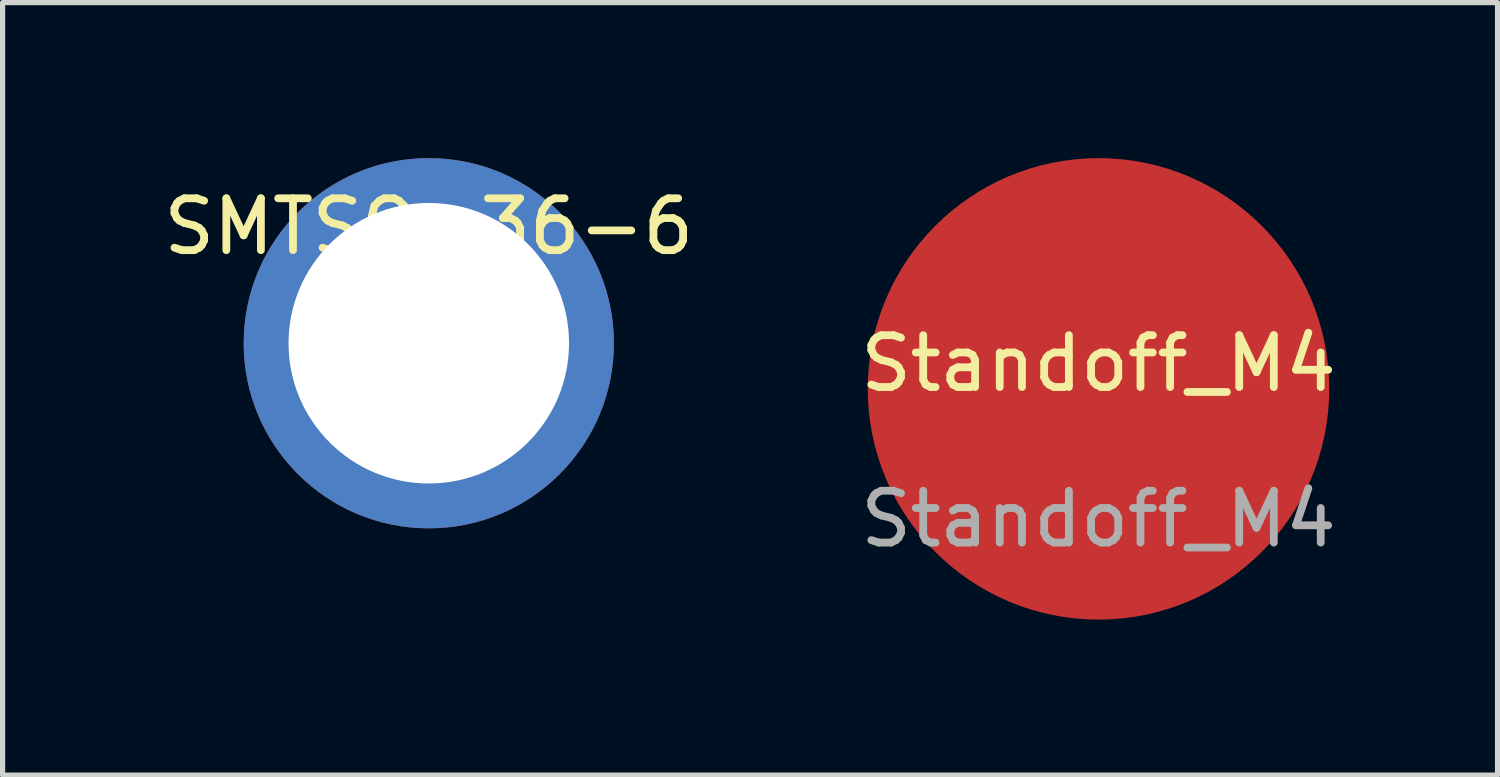
<source format=kicad_pcb>
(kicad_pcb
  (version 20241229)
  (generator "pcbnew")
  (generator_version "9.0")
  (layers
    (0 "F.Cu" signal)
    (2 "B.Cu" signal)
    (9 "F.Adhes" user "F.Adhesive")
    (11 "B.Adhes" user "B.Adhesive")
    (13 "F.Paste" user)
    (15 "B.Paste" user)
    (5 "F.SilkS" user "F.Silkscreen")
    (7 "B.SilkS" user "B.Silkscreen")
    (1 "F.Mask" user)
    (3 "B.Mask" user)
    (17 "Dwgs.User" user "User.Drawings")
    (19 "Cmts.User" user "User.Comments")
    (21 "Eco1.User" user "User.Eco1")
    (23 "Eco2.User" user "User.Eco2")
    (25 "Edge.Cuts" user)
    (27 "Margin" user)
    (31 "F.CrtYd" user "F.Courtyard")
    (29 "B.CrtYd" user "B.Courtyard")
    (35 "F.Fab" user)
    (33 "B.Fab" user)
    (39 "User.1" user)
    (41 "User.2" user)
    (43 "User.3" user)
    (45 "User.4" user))
  (footprint "SMTSO-36-6"
    (layer "F.Cu")
    (at 5.22 3.57)
    (property "Reference" "SMTSO-36-6" (at 0 -2.25 0) (unlocked yes) (layer "F.SilkS") (effects (font (size 1 1) (thickness 0.15))))
    (attr smd)
    (fp_circle (center -3.145 0.01) (end -3.105 0.06) (stroke (width 0.12) (type solid)) (fill no) (layer "F.Paste"))
    (fp_circle (center -3.145 0.01) (end -3.045 0.07) (stroke (width 0.12) (type solid)) (fill no) (layer "F.Paste"))
    (fp_circle (center -3.145 0.01) (end -2.985 0.08) (stroke (width 0.12) (type solid)) (fill no) (layer "F.Paste"))
    (fp_circle (center -3.14 0.01) (end -3.34 -0.2) (stroke (width 0.12) (type solid)) (fill no) (layer "F.Paste"))
    (fp_circle (center -2.446 -1.99) (end -2.406 -1.94) (stroke (width 0.12) (type solid)) (fill no) (layer "F.Paste"))
    (fp_circle (center -2.446 -1.99) (end -2.346 -1.93) (stroke (width 0.12) (type solid)) (fill no) (layer "F.Paste"))
    (fp_circle (center -2.446 -1.99) (end -2.286 -1.92) (stroke (width 0.12) (type solid)) (fill no) (layer "F.Paste"))
    (fp_circle (center -2.445 1.99) (end -2.405 2.04) (stroke (width 0.12) (type solid)) (fill no) (layer "F.Paste"))
    (fp_circle (center -2.445 1.99) (end -2.345 2.05) (stroke (width 0.12) (type solid)) (fill no) (layer "F.Paste"))
    (fp_circle (center -2.445 1.99) (end -2.285 2.06) (stroke (width 0.12) (type solid)) (fill no) (layer "F.Paste"))
    (fp_circle (center -2.441 -1.99) (end -2.641 -2.2) (stroke (width 0.12) (type solid)) (fill no) (layer "F.Paste"))
    (fp_circle (center -2.44 1.99) (end -2.64 1.78) (stroke (width 0.12) (type solid)) (fill no) (layer "F.Paste"))
    (fp_circle (center -0.015 -3.14) (end 0.025 -3.09) (stroke (width 0.12) (type solid)) (fill no) (layer "F.Paste"))
    (fp_circle (center -0.015 -3.14) (end 0.085 -3.08) (stroke (width 0.12) (type solid)) (fill no) (layer "F.Paste"))
    (fp_circle (center -0.015 -3.14) (end 0.145 -3.07) (stroke (width 0.12) (type solid)) (fill no) (layer "F.Paste"))
    (fp_circle (center -0.01 -3.14) (end -0.21 -3.35) (stroke (width 0.12) (type solid)) (fill no) (layer "F.Paste"))
    (fp_circle (center 0.005 3.13) (end 0.045 3.18) (stroke (width 0.12) (type solid)) (fill no) (layer "F.Paste"))
    (fp_circle (center 0.005 3.13) (end 0.105 3.19) (stroke (width 0.12) (type solid)) (fill no) (layer "F.Paste"))
    (fp_circle (center 0.005 3.13) (end 0.165 3.2) (stroke (width 0.12) (type solid)) (fill no) (layer "F.Paste"))
    (fp_circle (center 0.01 3.13) (end -0.19 2.92) (stroke (width 0.12) (type solid)) (fill no) (layer "F.Paste"))
    (fp_circle (center 2.405 1.99) (end 2.445 2.04) (stroke (width 0.12) (type solid)) (fill no) (layer "F.Paste"))
    (fp_circle (center 2.405 1.99) (end 2.505 2.05) (stroke (width 0.12) (type solid)) (fill no) (layer "F.Paste"))
    (fp_circle (center 2.405 1.99) (end 2.565 2.06) (stroke (width 0.12) (type solid)) (fill no) (layer "F.Paste"))
    (fp_circle (center 2.41 1.99) (end 2.21 1.78) (stroke (width 0.12) (type solid)) (fill no) (layer "F.Paste"))
    (fp_circle (center 2.425 -1.99) (end 2.465 -1.94) (stroke (width 0.12) (type solid)) (fill no) (layer "F.Paste"))
    (fp_circle (center 2.425 -1.99) (end 2.525 -1.93) (stroke (width 0.12) (type solid)) (fill no) (layer "F.Paste"))
    (fp_circle (center 2.425 -1.99) (end 2.585 -1.92) (stroke (width 0.12) (type solid)) (fill no) (layer "F.Paste"))
    (fp_circle (center 2.43 -1.99) (end 2.23 -2.2) (stroke (width 0.12) (type solid)) (fill no) (layer "F.Paste"))
    (fp_circle (center 3.145 0.02) (end 3.185 0.07) (stroke (width 0.12) (type solid)) (fill no) (layer "F.Paste"))
    (fp_circle (center 3.145 0.02) (end 3.245 0.08) (stroke (width 0.12) (type solid)) (fill no) (layer "F.Paste"))
    (fp_circle (center 3.145 0.02) (end 3.305 0.09) (stroke (width 0.12) (type solid)) (fill no) (layer "F.Paste"))
    (fp_circle (center 3.15 0.02) (end 2.95 -0.19) (stroke (width 0.12) (type solid)) (fill no) (layer "F.Paste"))
    (pad "1" thru_hole circle (at 0 0) (size 7.14 7.14) (drill 5.41) (layers "*.Cu" "*.Mask")))
  (footprint "Standoff_M4"
    (layer "F.Cu")
    (at 18.137 4.46)
    (property "Reference" "Standoff_M4" (at 0 -0.5 0) (unlocked yes) (layer "F.SilkS") (effects (font (size 1 1) (thickness 0.15))))
    (attr smd)
    (fp_text user "${REFERENCE}" (at 0 2.5 0) (unlocked yes) (layer "F.Fab") (effects (font (size 1 1) (thickness 0.15))))
    (pad "1" smd circle (at 0 -0.01) (size 8.9 8.9) (layers "F.Cu" "F.Mask" "F.Paste")))
  (gr_rect
    (start -3 -3)
    (end 25.833 11.9)
    (stroke (width 0.1) (type default))
    (fill no)
    (layer "Edge.Cuts")))
</source>
